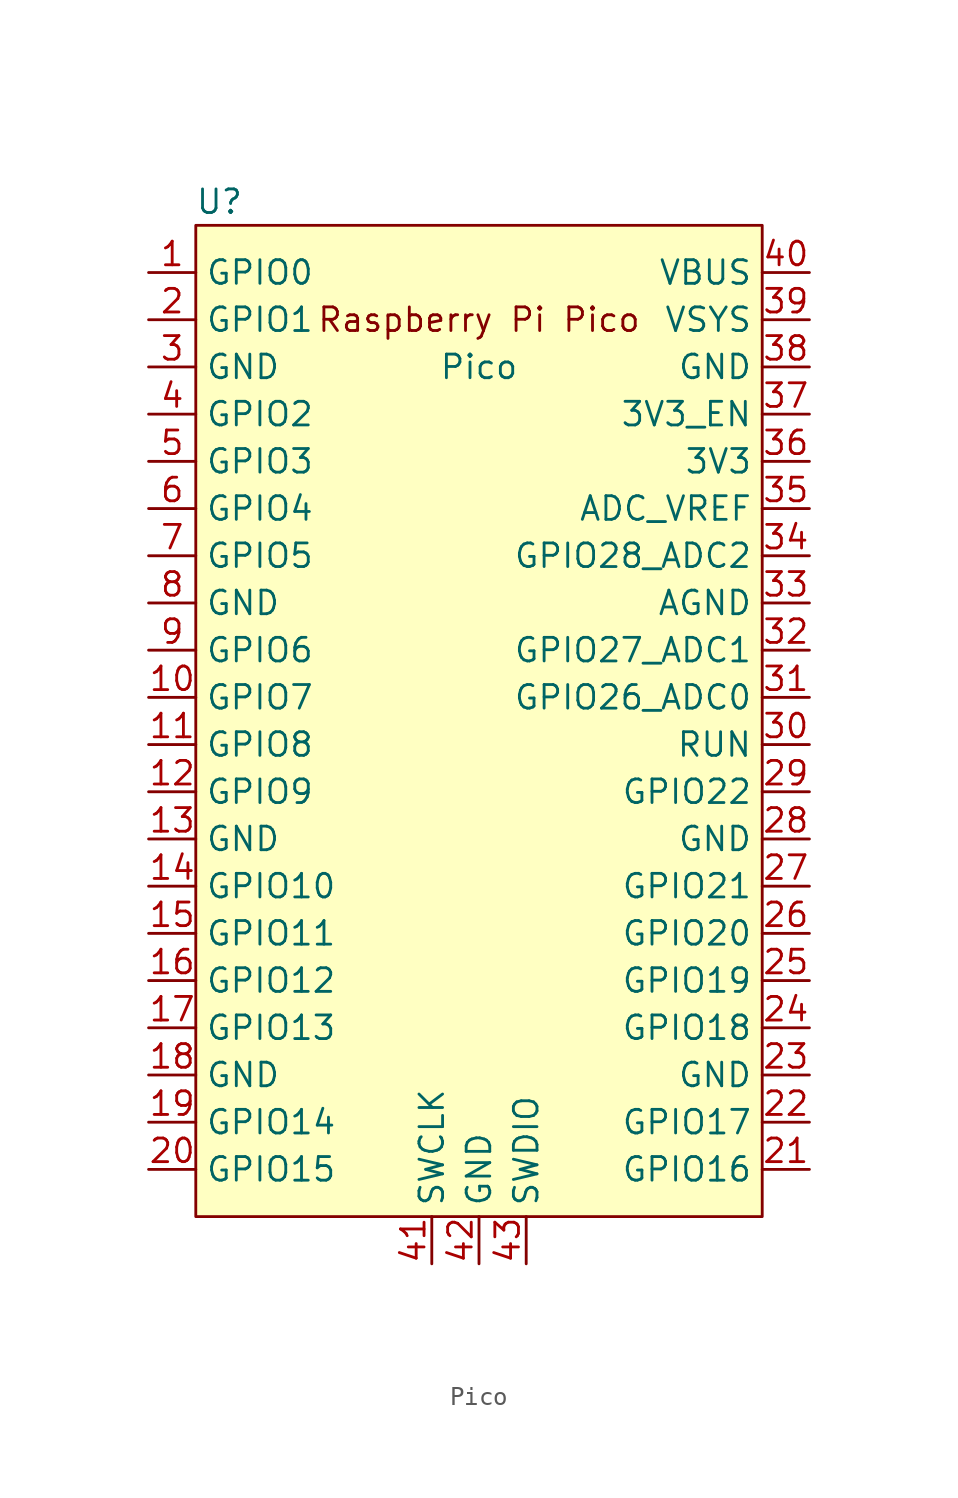
<source format=kicad_sym>
(kicad_symbol_lib
  (version 20211014)
  (generator kicad_symbol_editor)
  (symbol "Pico"
    (property "Reference" "U"
      (at -13.97 27.94 0)
      (effects (font (size 1.27 1.27))))
    (property "Value" "Pico"
      (at 0 19.05 0)
      (effects (font (size 1.27 1.27))))
    (symbol "Pico_0_0"
      (text "Raspberry Pi Pico" (at 0 21.59 0) (effects (font (size 1.27 1.27)))))
    (symbol "Pico_0_1"
      (rectangle (start -15.24 26.67) (end 15.24 -26.67) (stroke (width 0) (type default) (color 0 0 0 0)) (fill (type background))))
    (symbol "Pico_1_1"
      (pin bidirectional line (at -17.78 24.13 0) (length 2.54) (name "GPIO0" (effects (font (size 1.27 1.27)))) (number "1" (effects (font (size 1.27 1.27)))))
      (pin bidirectional line (at -17.78 1.27 0) (length 2.54) (name "GPIO7" (effects (font (size 1.27 1.27)))) (number "10" (effects (font (size 1.27 1.27)))))
      (pin bidirectional line (at -17.78 -1.27 0) (length 2.54) (name "GPIO8" (effects (font (size 1.27 1.27)))) (number "11" (effects (font (size 1.27 1.27)))))
      (pin bidirectional line (at -17.78 -3.81 0) (length 2.54) (name "GPIO9" (effects (font (size 1.27 1.27)))) (number "12" (effects (font (size 1.27 1.27)))))
      (pin power_in line (at -17.78 -6.35 0) (length 2.54) (name "GND" (effects (font (size 1.27 1.27)))) (number "13" (effects (font (size 1.27 1.27)))))
      (pin bidirectional line (at -17.78 -8.89 0) (length 2.54) (name "GPIO10" (effects (font (size 1.27 1.27)))) (number "14" (effects (font (size 1.27 1.27)))))
      (pin bidirectional line (at -17.78 -11.43 0) (length 2.54) (name "GPIO11" (effects (font (size 1.27 1.27)))) (number "15" (effects (font (size 1.27 1.27)))))
      (pin bidirectional line (at -17.78 -13.97 0) (length 2.54) (name "GPIO12" (effects (font (size 1.27 1.27)))) (number "16" (effects (font (size 1.27 1.27)))))
      (pin bidirectional line (at -17.78 -16.51 0) (length 2.54) (name "GPIO13" (effects (font (size 1.27 1.27)))) (number "17" (effects (font (size 1.27 1.27)))))
      (pin power_in line (at -17.78 -19.05 0) (length 2.54) (name "GND" (effects (font (size 1.27 1.27)))) (number "18" (effects (font (size 1.27 1.27)))))
      (pin bidirectional line (at -17.78 -21.59 0) (length 2.54) (name "GPIO14" (effects (font (size 1.27 1.27)))) (number "19" (effects (font (size 1.27 1.27)))))
      (pin bidirectional line (at -17.78 21.59 0) (length 2.54) (name "GPIO1" (effects (font (size 1.27 1.27)))) (number "2" (effects (font (size 1.27 1.27)))))
      (pin bidirectional line (at -17.78 -24.13 0) (length 2.54) (name "GPIO15" (effects (font (size 1.27 1.27)))) (number "20" (effects (font (size 1.27 1.27)))))
      (pin bidirectional line (at 17.78 -24.13 180) (length 2.54) (name "GPIO16" (effects (font (size 1.27 1.27)))) (number "21" (effects (font (size 1.27 1.27)))))
      (pin bidirectional line (at 17.78 -21.59 180) (length 2.54) (name "GPIO17" (effects (font (size 1.27 1.27)))) (number "22" (effects (font (size 1.27 1.27)))))
      (pin power_in line (at 17.78 -19.05 180) (length 2.54) (name "GND" (effects (font (size 1.27 1.27)))) (number "23" (effects (font (size 1.27 1.27)))))
      (pin bidirectional line (at 17.78 -16.51 180) (length 2.54) (name "GPIO18" (effects (font (size 1.27 1.27)))) (number "24" (effects (font (size 1.27 1.27)))))
      (pin bidirectional line (at 17.78 -13.97 180) (length 2.54) (name "GPIO19" (effects (font (size 1.27 1.27)))) (number "25" (effects (font (size 1.27 1.27)))))
      (pin bidirectional line (at 17.78 -11.43 180) (length 2.54) (name "GPIO20" (effects (font (size 1.27 1.27)))) (number "26" (effects (font (size 1.27 1.27)))))
      (pin bidirectional line (at 17.78 -8.89 180) (length 2.54) (name "GPIO21" (effects (font (size 1.27 1.27)))) (number "27" (effects (font (size 1.27 1.27)))))
      (pin power_in line (at 17.78 -6.35 180) (length 2.54) (name "GND" (effects (font (size 1.27 1.27)))) (number "28" (effects (font (size 1.27 1.27)))))
      (pin bidirectional line (at 17.78 -3.81 180) (length 2.54) (name "GPIO22" (effects (font (size 1.27 1.27)))) (number "29" (effects (font (size 1.27 1.27)))))
      (pin power_in line (at -17.78 19.05 0) (length 2.54) (name "GND" (effects (font (size 1.27 1.27)))) (number "3" (effects (font (size 1.27 1.27)))))
      (pin input line (at 17.78 -1.27 180) (length 2.54) (name "RUN" (effects (font (size 1.27 1.27)))) (number "30" (effects (font (size 1.27 1.27)))))
      (pin bidirectional line (at 17.78 1.27 180) (length 2.54) (name "GPIO26_ADC0" (effects (font (size 1.27 1.27)))) (number "31" (effects (font (size 1.27 1.27)))))
      (pin bidirectional line (at 17.78 3.81 180) (length 2.54) (name "GPIO27_ADC1" (effects (font (size 1.27 1.27)))) (number "32" (effects (font (size 1.27 1.27)))))
      (pin power_in line (at 17.78 6.35 180) (length 2.54) (name "AGND" (effects (font (size 1.27 1.27)))) (number "33" (effects (font (size 1.27 1.27)))))
      (pin bidirectional line (at 17.78 8.89 180) (length 2.54) (name "GPIO28_ADC2" (effects (font (size 1.27 1.27)))) (number "34" (effects (font (size 1.27 1.27)))))
      (pin power_in line (at 17.78 11.43 180) (length 2.54) (name "ADC_VREF" (effects (font (size 1.27 1.27)))) (number "35" (effects (font (size 1.27 1.27)))))
      (pin power_out line (at 17.78 13.97 180) (length 2.54) (name "3V3" (effects (font (size 1.27 1.27)))) (number "36" (effects (font (size 1.27 1.27)))))
      (pin input line (at 17.78 16.51 180) (length 2.54) (name "3V3_EN" (effects (font (size 1.27 1.27)))) (number "37" (effects (font (size 1.27 1.27)))))
      (pin power_in line (at 17.78 19.05 180) (length 2.54) (name "GND" (effects (font (size 1.27 1.27)))) (number "38" (effects (font (size 1.27 1.27)))))
      (pin power_in line (at 17.78 21.59 180) (length 2.54) (name "VSYS" (effects (font (size 1.27 1.27)))) (number "39" (effects (font (size 1.27 1.27)))))
      (pin bidirectional line (at -17.78 16.51 0) (length 2.54) (name "GPIO2" (effects (font (size 1.27 1.27)))) (number "4" (effects (font (size 1.27 1.27)))))
      (pin power_in line (at 17.78 24.13 180) (length 2.54) (name "VBUS" (effects (font (size 1.27 1.27)))) (number "40" (effects (font (size 1.27 1.27)))))
      (pin input line (at -2.54 -29.21 90) (length 2.54) (name "SWCLK" (effects (font (size 1.27 1.27)))) (number "41" (effects (font (size 1.27 1.27)))))
      (pin power_in line (at 0 -29.21 90) (length 2.54) (name "GND" (effects (font (size 1.27 1.27)))) (number "42" (effects (font (size 1.27 1.27)))))
      (pin bidirectional line (at 2.54 -29.21 90) (length 2.54) (name "SWDIO" (effects (font (size 1.27 1.27)))) (number "43" (effects (font (size 1.27 1.27)))))
      (pin bidirectional line (at -17.78 13.97 0) (length 2.54) (name "GPIO3" (effects (font (size 1.27 1.27)))) (number "5" (effects (font (size 1.27 1.27)))))
      (pin bidirectional line (at -17.78 11.43 0) (length 2.54) (name "GPIO4" (effects (font (size 1.27 1.27)))) (number "6" (effects (font (size 1.27 1.27)))))
      (pin bidirectional line (at -17.78 8.89 0) (length 2.54) (name "GPIO5" (effects (font (size 1.27 1.27)))) (number "7" (effects (font (size 1.27 1.27)))))
      (pin power_in line (at -17.78 6.35 0) (length 2.54) (name "GND" (effects (font (size 1.27 1.27)))) (number "8" (effects (font (size 1.27 1.27)))))
      (pin bidirectional line (at -17.78 3.81 0) (length 2.54) (name "GPIO6" (effects (font (size 1.27 1.27)))) (number "9" (effects (font (size 1.27 1.27))))))))
</source>
